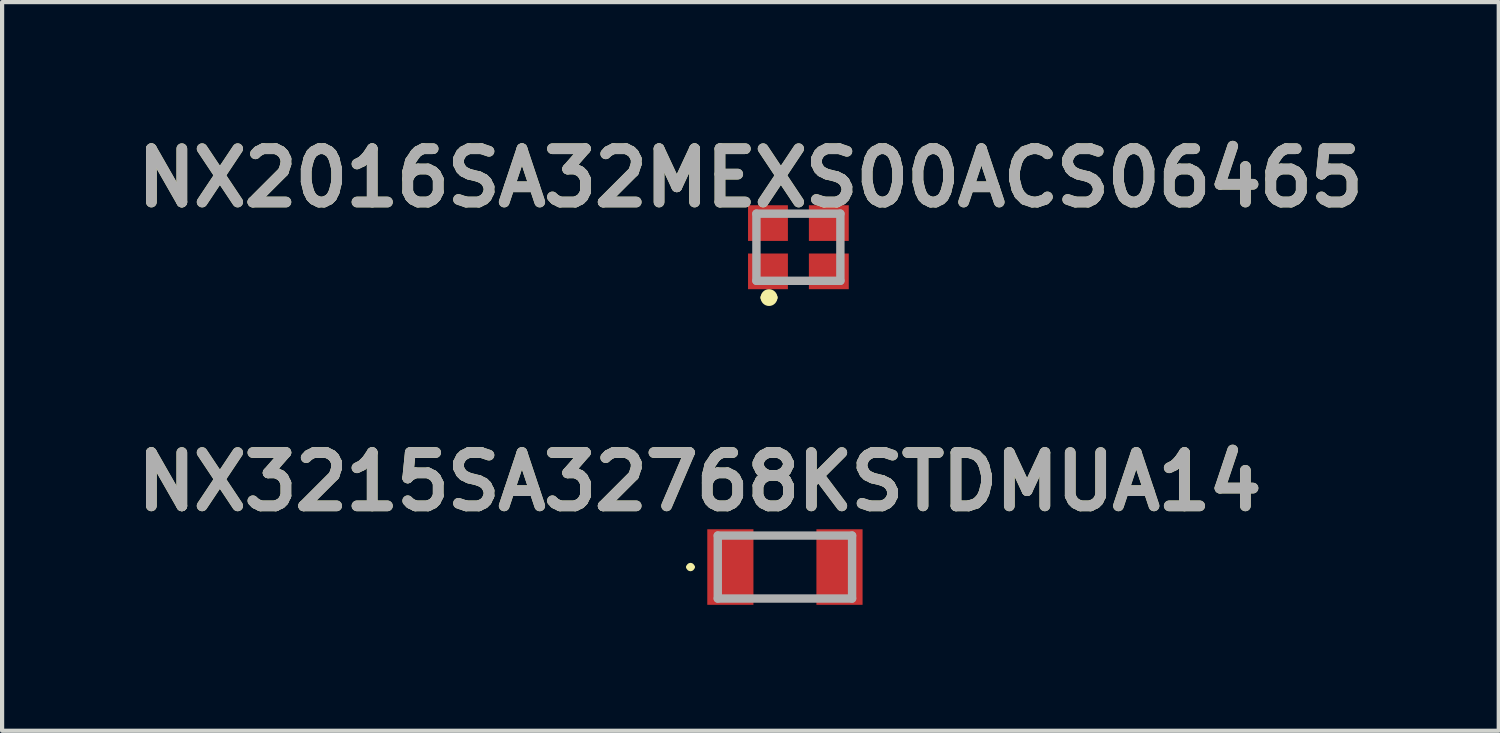
<source format=kicad_pcb>
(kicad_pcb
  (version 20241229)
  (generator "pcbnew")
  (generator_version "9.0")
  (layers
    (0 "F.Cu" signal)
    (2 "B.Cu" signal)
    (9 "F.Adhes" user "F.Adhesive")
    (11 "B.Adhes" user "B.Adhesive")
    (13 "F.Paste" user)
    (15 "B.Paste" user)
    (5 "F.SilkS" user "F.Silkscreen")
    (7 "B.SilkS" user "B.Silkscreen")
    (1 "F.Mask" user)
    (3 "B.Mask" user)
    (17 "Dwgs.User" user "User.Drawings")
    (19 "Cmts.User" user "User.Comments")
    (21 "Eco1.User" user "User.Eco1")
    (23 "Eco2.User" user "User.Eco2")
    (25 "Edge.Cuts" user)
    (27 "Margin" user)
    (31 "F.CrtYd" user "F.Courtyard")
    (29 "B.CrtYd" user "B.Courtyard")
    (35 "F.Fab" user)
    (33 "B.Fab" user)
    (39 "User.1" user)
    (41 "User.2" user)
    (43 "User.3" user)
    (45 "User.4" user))
  (footprint "NX2016SA32MEXS00ACS06465"
    (layer "F.Cu")
    (at 15.972 2.84)
    (property "Reference" "NX2016SA32MEXS00ACS06465" (at -1.143 -1.651 0) (layer "F.SilkS") (effects (font (size 1.27 1.27) (thickness 0.254))))
    (attr smd)
    (fp_line (start -0.8 1.2) (end -0.8 1.2) (stroke (width 0.2) (type solid)) (layer "F.SilkS"))
    (fp_line (start -0.6 1.2) (end -0.6 1.2) (stroke (width 0.2) (type solid)) (layer "F.SilkS"))
    (fp_line (start -0.1 -0.8) (end 0.1 -0.8) (stroke (width 0.1) (type solid)) (layer "F.SilkS"))
    (fp_line (start -0.1 0.8) (end 0.1 0.8) (stroke (width 0.1) (type solid)) (layer "F.SilkS"))
    (fp_arc (start -0.8 1.2) (mid -0.7 1.1) (end -0.6 1.2) (stroke (width 0.2) (type solid)) (layer "F.SilkS"))
    (fp_arc (start -0.6 1.2) (mid -0.7 1.3) (end -0.8 1.2) (stroke (width 0.2) (type solid)) (layer "F.SilkS"))
    (fp_line (start -1 -0.8) (end 1 -0.8) (stroke (width 0.2) (type solid)) (layer "F.Fab"))
    (fp_line (start -1 0.8) (end -1 -0.8) (stroke (width 0.2) (type solid)) (layer "F.Fab"))
    (fp_line (start 1 -0.8) (end 1 0.8) (stroke (width 0.2) (type solid)) (layer "F.Fab"))
    (fp_line (start 1 0.8) (end -1 0.8) (stroke (width 0.2) (type solid)) (layer "F.Fab"))
    (fp_text user "${REFERENCE}" (at -1.143 -1.651 0) (layer "F.Fab") (effects (font (size 1.27 1.27) (thickness 0.254))))
    (pad "1" smd rect (at -0.725 0.575 90) (size 0.85 0.95) (layers "F.Cu" "F.Mask" "F.Paste"))
    (pad "2" smd rect (at 0.725 0.575 90) (size 0.85 0.95) (layers "F.Cu" "F.Mask" "F.Paste"))
    (pad "3" smd rect (at 0.725 -0.575 90) (size 0.85 0.95) (layers "F.Cu" "F.Mask" "F.Paste"))
    (pad "4" smd rect (at -0.725 -0.575 90) (size 0.85 0.95) (layers "F.Cu" "F.Mask" "F.Paste")))
  (footprint "NX3215SA32768KSTDMUA14"
    (layer "F.Cu")
    (at 15.651 10.46)
    (property "Reference" "NX3215SA32768KSTDMUA14" (at -2.032 -2.032 0) (layer "F.SilkS") (effects (font (size 1.27 1.27) (thickness 0.254))))
    (attr smd)
    (fp_line (start -2.3 0) (end -2.3 0) (stroke (width 0.1) (type solid)) (layer "F.SilkS"))
    (fp_line (start -2.2 0) (end -2.2 0) (stroke (width 0.1) (type solid)) (layer "F.SilkS"))
    (fp_line (start -0.5 -0.75) (end 0.5 -0.75) (stroke (width 0.1) (type solid)) (layer "F.SilkS"))
    (fp_line (start -0.5 0.75) (end 0.5 0.75) (stroke (width 0.1) (type solid)) (layer "F.SilkS"))
    (fp_arc (start -2.3 0) (mid -2.25 -0.05) (end -2.2 0) (stroke (width 0.1) (type solid)) (layer "F.SilkS"))
    (fp_arc (start -2.2 0) (mid -2.25 0.05) (end -2.3 0) (stroke (width 0.1) (type solid)) (layer "F.SilkS"))
    (fp_line (start -1.6 -0.75) (end 1.6 -0.75) (stroke (width 0.2) (type solid)) (layer "F.Fab"))
    (fp_line (start -1.6 0.75) (end -1.6 -0.75) (stroke (width 0.2) (type solid)) (layer "F.Fab"))
    (fp_line (start 1.6 -0.75) (end 1.6 0.75) (stroke (width 0.2) (type solid)) (layer "F.Fab"))
    (fp_line (start 1.6 0.75) (end -1.6 0.75) (stroke (width 0.2) (type solid)) (layer "F.Fab"))
    (fp_text user "${REFERENCE}" (at -2.032 -2.032 0) (layer "F.Fab") (effects (font (size 1.27 1.27) (thickness 0.254))))
    (pad "1" smd rect (at -1.3 0) (size 1.1 1.8) (layers "F.Cu" "F.Mask" "F.Paste"))
    (pad "2" smd rect (at 1.3 0) (size 1.1 1.8) (layers "F.Cu" "F.Mask" "F.Paste")))
  (gr_rect
    (start -3 -3)
    (end 32.658 14.36)
    (stroke (width 0.1) (type default))
    (fill no)
    (layer "Edge.Cuts")))
</source>
